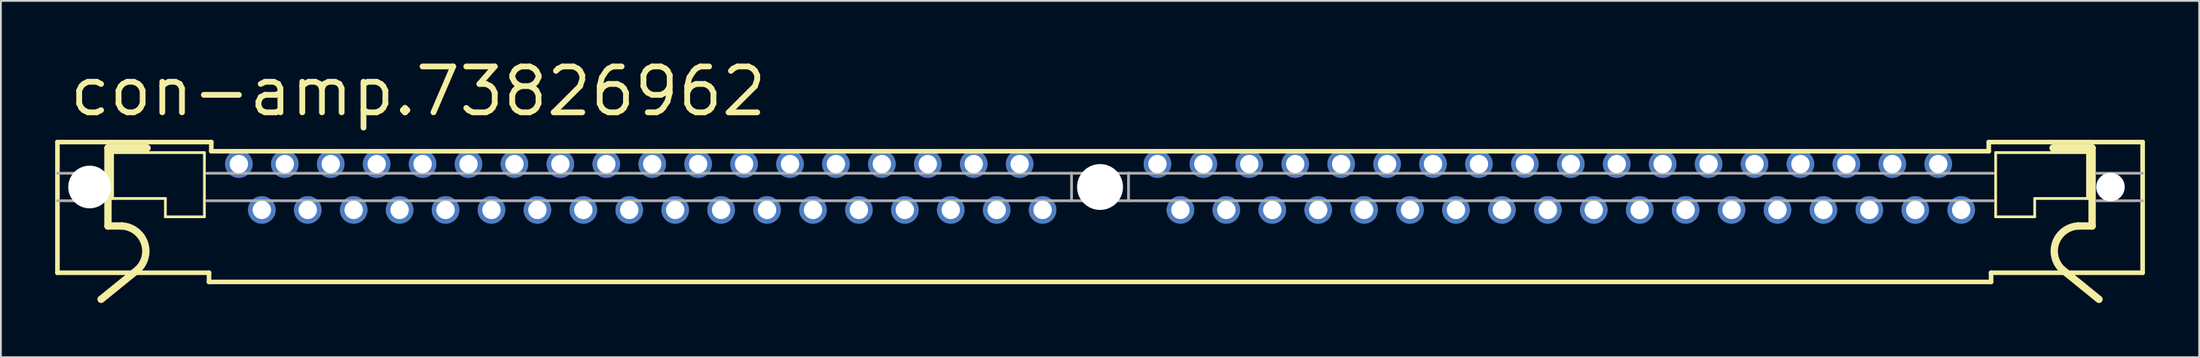
<source format=kicad_pcb>
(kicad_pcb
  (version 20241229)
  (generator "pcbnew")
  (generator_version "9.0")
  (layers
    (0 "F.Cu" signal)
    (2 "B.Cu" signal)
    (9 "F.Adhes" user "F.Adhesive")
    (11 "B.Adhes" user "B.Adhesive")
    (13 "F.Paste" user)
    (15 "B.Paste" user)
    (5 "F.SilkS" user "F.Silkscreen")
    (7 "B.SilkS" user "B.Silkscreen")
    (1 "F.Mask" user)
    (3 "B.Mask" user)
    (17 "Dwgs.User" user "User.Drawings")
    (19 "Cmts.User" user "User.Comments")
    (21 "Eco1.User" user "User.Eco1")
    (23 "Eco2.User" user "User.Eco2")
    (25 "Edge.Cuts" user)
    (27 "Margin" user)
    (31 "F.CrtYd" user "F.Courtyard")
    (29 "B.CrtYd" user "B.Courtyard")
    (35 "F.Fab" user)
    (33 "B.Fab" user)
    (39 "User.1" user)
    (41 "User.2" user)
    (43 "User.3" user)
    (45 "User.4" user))
  (footprint "con-amp.73826962"
    (layer "F.Cu")
    (at 57.785 7.31)
    (property "Reference" "con-amp.73826962" (at -57.15 -3.81 0) (layer "F.SilkS") (effects (font (size 2.54 2.54) (thickness 0.32)) (justify left bottom)))
    (attr through_hole)
    (fp_line (start -57.658 -2.489) (end -49.149 -2.489) (stroke (width 0.254) (type default)) (layer "F.SilkS"))
    (fp_line (start -57.658 4.75) (end -57.658 -2.489) (stroke (width 0.254) (type default)) (layer "F.SilkS"))
    (fp_line (start -54.864 -2.159) (end -54.864 2.159) (stroke (width 0.406) (type default)) (layer "F.SilkS"))
    (fp_line (start -54.864 2.159) (end -54.102 2.159) (stroke (width 0.406) (type default)) (layer "F.SilkS"))
    (fp_line (start -54.61 -1.905) (end -54.61 0.635) (stroke (width 0.152) (type default)) (layer "F.SilkS"))
    (fp_line (start -53.213 4.572) (end -55.245 6.223) (stroke (width 0.406) (type default)) (layer "F.SilkS"))
    (fp_line (start -52.705 -2.159) (end -54.864 -2.159) (stroke (width 0.406) (type default)) (layer "F.SilkS"))
    (fp_line (start -51.689 0.635) (end -54.61 0.635) (stroke (width 0.152) (type default)) (layer "F.SilkS"))
    (fp_line (start -51.689 1.651) (end -51.689 0.635) (stroke (width 0.152) (type default)) (layer "F.SilkS"))
    (fp_line (start -51.689 1.651) (end -49.53 1.651) (stroke (width 0.152) (type default)) (layer "F.SilkS"))
    (fp_line (start -49.53 -1.905) (end -54.61 -1.905) (stroke (width 0.152) (type default)) (layer "F.SilkS"))
    (fp_line (start -49.53 1.651) (end -49.53 -1.905) (stroke (width 0.152) (type default)) (layer "F.SilkS"))
    (fp_line (start -49.276 4.75) (end -57.658 4.75) (stroke (width 0.254) (type default)) (layer "F.SilkS"))
    (fp_line (start -49.276 5.258) (end -49.276 4.75) (stroke (width 0.254) (type default)) (layer "F.SilkS"))
    (fp_line (start -49.149 -1.981) (end -49.149 -2.489) (stroke (width 0.254) (type default)) (layer "F.SilkS"))
    (fp_line (start -49.149 -1.981) (end 49.149 -1.981) (stroke (width 0.254) (type default)) (layer "F.SilkS"))
    (fp_line (start 49.149 -2.489) (end 57.658 -2.489) (stroke (width 0.254) (type default)) (layer "F.SilkS"))
    (fp_line (start 49.149 -1.981) (end 49.149 -2.489) (stroke (width 0.254) (type default)) (layer "F.SilkS"))
    (fp_line (start 49.276 4.75) (end 49.276 5.258) (stroke (width 0.254) (type default)) (layer "F.SilkS"))
    (fp_line (start 49.276 5.258) (end -49.276 5.258) (stroke (width 0.254) (type default)) (layer "F.SilkS"))
    (fp_line (start 49.53 -1.905) (end 54.61 -1.905) (stroke (width 0.152) (type default)) (layer "F.SilkS"))
    (fp_line (start 49.53 1.651) (end 49.53 -1.905) (stroke (width 0.152) (type default)) (layer "F.SilkS"))
    (fp_line (start 51.689 0.635) (end 54.61 0.635) (stroke (width 0.152) (type default)) (layer "F.SilkS"))
    (fp_line (start 51.689 1.651) (end 49.53 1.651) (stroke (width 0.152) (type default)) (layer "F.SilkS"))
    (fp_line (start 51.689 1.651) (end 51.689 0.635) (stroke (width 0.152) (type default)) (layer "F.SilkS"))
    (fp_line (start 52.705 -2.159) (end 54.864 -2.159) (stroke (width 0.406) (type default)) (layer "F.SilkS"))
    (fp_line (start 53.213 4.572) (end 55.245 6.223) (stroke (width 0.406) (type default)) (layer "F.SilkS"))
    (fp_line (start 54.61 -1.905) (end 54.61 0.635) (stroke (width 0.152) (type default)) (layer "F.SilkS"))
    (fp_line (start 54.864 -2.159) (end 54.864 2.159) (stroke (width 0.406) (type default)) (layer "F.SilkS"))
    (fp_line (start 54.864 2.159) (end 54.102 2.159) (stroke (width 0.406) (type default)) (layer "F.SilkS"))
    (fp_line (start 57.658 -2.489) (end 57.658 4.75) (stroke (width 0.254) (type default)) (layer "F.SilkS"))
    (fp_line (start 57.658 4.75) (end 49.276 4.75) (stroke (width 0.254) (type default)) (layer "F.SilkS"))
    (fp_arc (start -54.102 2.159) (mid -52.856479 3.07034) (end -53.2131 4.5719) (stroke (width 0.4064) (type default)) (layer "F.SilkS"))
    (fp_arc (start 53.213 4.572) (mid 52.856368 3.070308) (end 54.102 2.1589) (stroke (width 0.4064) (type default)) (layer "F.SilkS"))
    (fp_line (start -57.658 -0.762) (end -55.118 -0.762) (stroke (width 0.152) (type default)) (layer "F.Fab"))
    (fp_line (start -57.658 0.762) (end -55.118 0.762) (stroke (width 0.152) (type default)) (layer "F.Fab"))
    (fp_line (start -49.403 -0.762) (end -1.575 -0.762) (stroke (width 0.152) (type default)) (layer "F.Fab"))
    (fp_line (start -49.403 0.762) (end -1.575 0.762) (stroke (width 0.152) (type default)) (layer "F.Fab"))
    (fp_line (start -1.575 -0.762) (end 1.575 -0.762) (stroke (width 0.152) (type default)) (layer "F.Fab"))
    (fp_line (start -1.575 0.762) (end -1.575 -0.762) (stroke (width 0.152) (type default)) (layer "F.Fab"))
    (fp_line (start -1.575 0.762) (end 1.575 0.762) (stroke (width 0.152) (type default)) (layer "F.Fab"))
    (fp_line (start 1.575 0.762) (end 1.575 -0.762) (stroke (width 0.152) (type default)) (layer "F.Fab"))
    (fp_line (start 49.403 -0.762) (end 1.575 -0.762) (stroke (width 0.152) (type default)) (layer "F.Fab"))
    (fp_line (start 49.403 0.762) (end 1.575 0.762) (stroke (width 0.152) (type default)) (layer "F.Fab"))
    (fp_line (start 57.658 -0.762) (end 55.118 -0.762) (stroke (width 0.152) (type default)) (layer "F.Fab"))
    (fp_line (start 57.658 0.762) (end 55.118 0.762) (stroke (width 0.152) (type default)) (layer "F.Fab"))
    (pad "" np_thru_hole circle (at -55.88 0) (size 2.362 2.362) (drill 2.362) (layers "*.Cu" "*.Mask"))
    (pad "" np_thru_hole circle (at 0 0) (size 2.54 2.54) (drill 2.54) (layers "*.Cu" "*.Mask"))
    (pad "" np_thru_hole circle (at 55.88 0) (size 1.575 1.575) (drill 1.575) (layers "*.Cu" "*.Mask"))
    (pad "1" thru_hole circle (at 47.625 1.27) (size 1.524 1.524) (drill 1.016) (layers "*.Cu" "*.Mask"))
    (pad "2" thru_hole circle (at 46.355 -1.27) (size 1.524 1.524) (drill 1.016) (layers "*.Cu" "*.Mask"))
    (pad "3" thru_hole circle (at 45.085 1.27) (size 1.524 1.524) (drill 1.016) (layers "*.Cu" "*.Mask"))
    (pad "4" thru_hole circle (at 43.815 -1.27) (size 1.524 1.524) (drill 1.016) (layers "*.Cu" "*.Mask"))
    (pad "5" thru_hole circle (at 42.545 1.27) (size 1.524 1.524) (drill 1.016) (layers "*.Cu" "*.Mask"))
    (pad "6" thru_hole circle (at 41.275 -1.27) (size 1.524 1.524) (drill 1.016) (layers "*.Cu" "*.Mask"))
    (pad "7" thru_hole circle (at 40.005 1.27) (size 1.524 1.524) (drill 1.016) (layers "*.Cu" "*.Mask"))
    (pad "8" thru_hole circle (at 38.735 -1.27) (size 1.524 1.524) (drill 1.016) (layers "*.Cu" "*.Mask"))
    (pad "9" thru_hole circle (at 37.465 1.27) (size 1.524 1.524) (drill 1.016) (layers "*.Cu" "*.Mask"))
    (pad "10" thru_hole circle (at 36.195 -1.27) (size 1.524 1.524) (drill 1.016) (layers "*.Cu" "*.Mask"))
    (pad "11" thru_hole circle (at 34.925 1.27) (size 1.524 1.524) (drill 1.016) (layers "*.Cu" "*.Mask"))
    (pad "12" thru_hole circle (at 33.655 -1.27) (size 1.524 1.524) (drill 1.016) (layers "*.Cu" "*.Mask"))
    (pad "13" thru_hole circle (at 32.385 1.27) (size 1.524 1.524) (drill 1.016) (layers "*.Cu" "*.Mask"))
    (pad "14" thru_hole circle (at 31.115 -1.27) (size 1.524 1.524) (drill 1.016) (layers "*.Cu" "*.Mask"))
    (pad "15" thru_hole circle (at 29.845 1.27) (size 1.524 1.524) (drill 1.016) (layers "*.Cu" "*.Mask"))
    (pad "16" thru_hole circle (at 28.575 -1.27) (size 1.524 1.524) (drill 1.016) (layers "*.Cu" "*.Mask"))
    (pad "17" thru_hole circle (at 27.305 1.27) (size 1.524 1.524) (drill 1.016) (layers "*.Cu" "*.Mask"))
    (pad "18" thru_hole circle (at 26.035 -1.27) (size 1.524 1.524) (drill 1.016) (layers "*.Cu" "*.Mask"))
    (pad "19" thru_hole circle (at 24.765 1.27) (size 1.524 1.524) (drill 1.016) (layers "*.Cu" "*.Mask"))
    (pad "20" thru_hole circle (at 23.495 -1.27) (size 1.524 1.524) (drill 1.016) (layers "*.Cu" "*.Mask"))
    (pad "21" thru_hole circle (at 22.225 1.27) (size 1.524 1.524) (drill 1.016) (layers "*.Cu" "*.Mask"))
    (pad "22" thru_hole circle (at 20.955 -1.27) (size 1.524 1.524) (drill 1.016) (layers "*.Cu" "*.Mask"))
    (pad "23" thru_hole circle (at 19.685 1.27) (size 1.524 1.524) (drill 1.016) (layers "*.Cu" "*.Mask"))
    (pad "24" thru_hole circle (at 18.415 -1.27) (size 1.524 1.524) (drill 1.016) (layers "*.Cu" "*.Mask"))
    (pad "25" thru_hole circle (at 17.145 1.27) (size 1.524 1.524) (drill 1.016) (layers "*.Cu" "*.Mask"))
    (pad "26" thru_hole circle (at 15.875 -1.27) (size 1.524 1.524) (drill 1.016) (layers "*.Cu" "*.Mask"))
    (pad "27" thru_hole circle (at 14.605 1.27) (size 1.524 1.524) (drill 1.016) (layers "*.Cu" "*.Mask"))
    (pad "28" thru_hole circle (at 13.335 -1.27) (size 1.524 1.524) (drill 1.016) (layers "*.Cu" "*.Mask"))
    (pad "29" thru_hole circle (at 12.065 1.27) (size 1.524 1.524) (drill 1.016) (layers "*.Cu" "*.Mask"))
    (pad "30" thru_hole circle (at 10.795 -1.27) (size 1.524 1.524) (drill 1.016) (layers "*.Cu" "*.Mask"))
    (pad "31" thru_hole circle (at 9.525 1.27) (size 1.524 1.524) (drill 1.016) (layers "*.Cu" "*.Mask"))
    (pad "32" thru_hole circle (at 8.255 -1.27) (size 1.524 1.524) (drill 1.016) (layers "*.Cu" "*.Mask"))
    (pad "33" thru_hole circle (at 6.985 1.27) (size 1.524 1.524) (drill 1.016) (layers "*.Cu" "*.Mask"))
    (pad "34" thru_hole circle (at 5.715 -1.27) (size 1.524 1.524) (drill 1.016) (layers "*.Cu" "*.Mask"))
    (pad "35" thru_hole circle (at 4.445 1.27) (size 1.524 1.524) (drill 1.016) (layers "*.Cu" "*.Mask"))
    (pad "36" thru_hole circle (at 3.175 -1.27) (size 1.524 1.524) (drill 1.016) (layers "*.Cu" "*.Mask"))
    (pad "37" thru_hole circle (at -3.175 1.27) (size 1.524 1.524) (drill 1.016) (layers "*.Cu" "*.Mask"))
    (pad "38" thru_hole circle (at -4.445 -1.27) (size 1.524 1.524) (drill 1.016) (layers "*.Cu" "*.Mask"))
    (pad "39" thru_hole circle (at -5.715 1.27) (size 1.524 1.524) (drill 1.016) (layers "*.Cu" "*.Mask"))
    (pad "40" thru_hole circle (at -6.985 -1.27) (size 1.524 1.524) (drill 1.016) (layers "*.Cu" "*.Mask"))
    (pad "41" thru_hole circle (at -8.255 1.27) (size 1.524 1.524) (drill 1.016) (layers "*.Cu" "*.Mask"))
    (pad "42" thru_hole circle (at -9.525 -1.27) (size 1.524 1.524) (drill 1.016) (layers "*.Cu" "*.Mask"))
    (pad "43" thru_hole circle (at -10.795 1.27) (size 1.524 1.524) (drill 1.016) (layers "*.Cu" "*.Mask"))
    (pad "44" thru_hole circle (at -12.065 -1.27) (size 1.524 1.524) (drill 1.016) (layers "*.Cu" "*.Mask"))
    (pad "45" thru_hole circle (at -13.335 1.27) (size 1.524 1.524) (drill 1.016) (layers "*.Cu" "*.Mask"))
    (pad "46" thru_hole circle (at -14.605 -1.27) (size 1.524 1.524) (drill 1.016) (layers "*.Cu" "*.Mask"))
    (pad "47" thru_hole circle (at -15.875 1.27) (size 1.524 1.524) (drill 1.016) (layers "*.Cu" "*.Mask"))
    (pad "48" thru_hole circle (at -17.145 -1.27) (size 1.524 1.524) (drill 1.016) (layers "*.Cu" "*.Mask"))
    (pad "49" thru_hole circle (at -18.415 1.27) (size 1.524 1.524) (drill 1.016) (layers "*.Cu" "*.Mask"))
    (pad "50" thru_hole circle (at -19.685 -1.27) (size 1.524 1.524) (drill 1.016) (layers "*.Cu" "*.Mask"))
    (pad "51" thru_hole circle (at -20.955 1.27) (size 1.524 1.524) (drill 1.016) (layers "*.Cu" "*.Mask"))
    (pad "52" thru_hole circle (at -22.225 -1.27) (size 1.524 1.524) (drill 1.016) (layers "*.Cu" "*.Mask"))
    (pad "53" thru_hole circle (at -23.495 1.27) (size 1.524 1.524) (drill 1.016) (layers "*.Cu" "*.Mask"))
    (pad "54" thru_hole circle (at -24.765 -1.27) (size 1.524 1.524) (drill 1.016) (layers "*.Cu" "*.Mask"))
    (pad "55" thru_hole circle (at -26.035 1.27) (size 1.524 1.524) (drill 1.016) (layers "*.Cu" "*.Mask"))
    (pad "56" thru_hole circle (at -27.305 -1.27) (size 1.524 1.524) (drill 1.016) (layers "*.Cu" "*.Mask"))
    (pad "57" thru_hole circle (at -28.575 1.27) (size 1.524 1.524) (drill 1.016) (layers "*.Cu" "*.Mask"))
    (pad "58" thru_hole circle (at -29.845 -1.27) (size 1.524 1.524) (drill 1.016) (layers "*.Cu" "*.Mask"))
    (pad "59" thru_hole circle (at -31.115 1.27) (size 1.524 1.524) (drill 1.016) (layers "*.Cu" "*.Mask"))
    (pad "60" thru_hole circle (at -32.385 -1.27) (size 1.524 1.524) (drill 1.016) (layers "*.Cu" "*.Mask"))
    (pad "61" thru_hole circle (at -33.655 1.27) (size 1.524 1.524) (drill 1.016) (layers "*.Cu" "*.Mask"))
    (pad "62" thru_hole circle (at -34.925 -1.27) (size 1.524 1.524) (drill 1.016) (layers "*.Cu" "*.Mask"))
    (pad "63" thru_hole circle (at -36.195 1.27) (size 1.524 1.524) (drill 1.016) (layers "*.Cu" "*.Mask"))
    (pad "64" thru_hole circle (at -37.465 -1.27) (size 1.524 1.524) (drill 1.016) (layers "*.Cu" "*.Mask"))
    (pad "65" thru_hole circle (at -38.735 1.27) (size 1.524 1.524) (drill 1.016) (layers "*.Cu" "*.Mask"))
    (pad "66" thru_hole circle (at -40.005 -1.27) (size 1.524 1.524) (drill 1.016) (layers "*.Cu" "*.Mask"))
    (pad "67" thru_hole circle (at -41.275 1.27) (size 1.524 1.524) (drill 1.016) (layers "*.Cu" "*.Mask"))
    (pad "68" thru_hole circle (at -42.545 -1.27) (size 1.524 1.524) (drill 1.016) (layers "*.Cu" "*.Mask"))
    (pad "69" thru_hole circle (at -43.815 1.27) (size 1.524 1.524) (drill 1.016) (layers "*.Cu" "*.Mask"))
    (pad "70" thru_hole circle (at -45.085 -1.27) (size 1.524 1.524) (drill 1.016) (layers "*.Cu" "*.Mask"))
    (pad "71" thru_hole circle (at -46.355 1.27) (size 1.524 1.524) (drill 1.016) (layers "*.Cu" "*.Mask"))
    (pad "72" thru_hole circle (at -47.625 -1.27) (size 1.524 1.524) (drill 1.016) (layers "*.Cu" "*.Mask")))
  (gr_rect
    (start -3 -3)
    (end 118.57 16.736)
    (stroke (width 0.1) (type default))
    (fill no)
    (layer "Edge.Cuts")))
</source>
